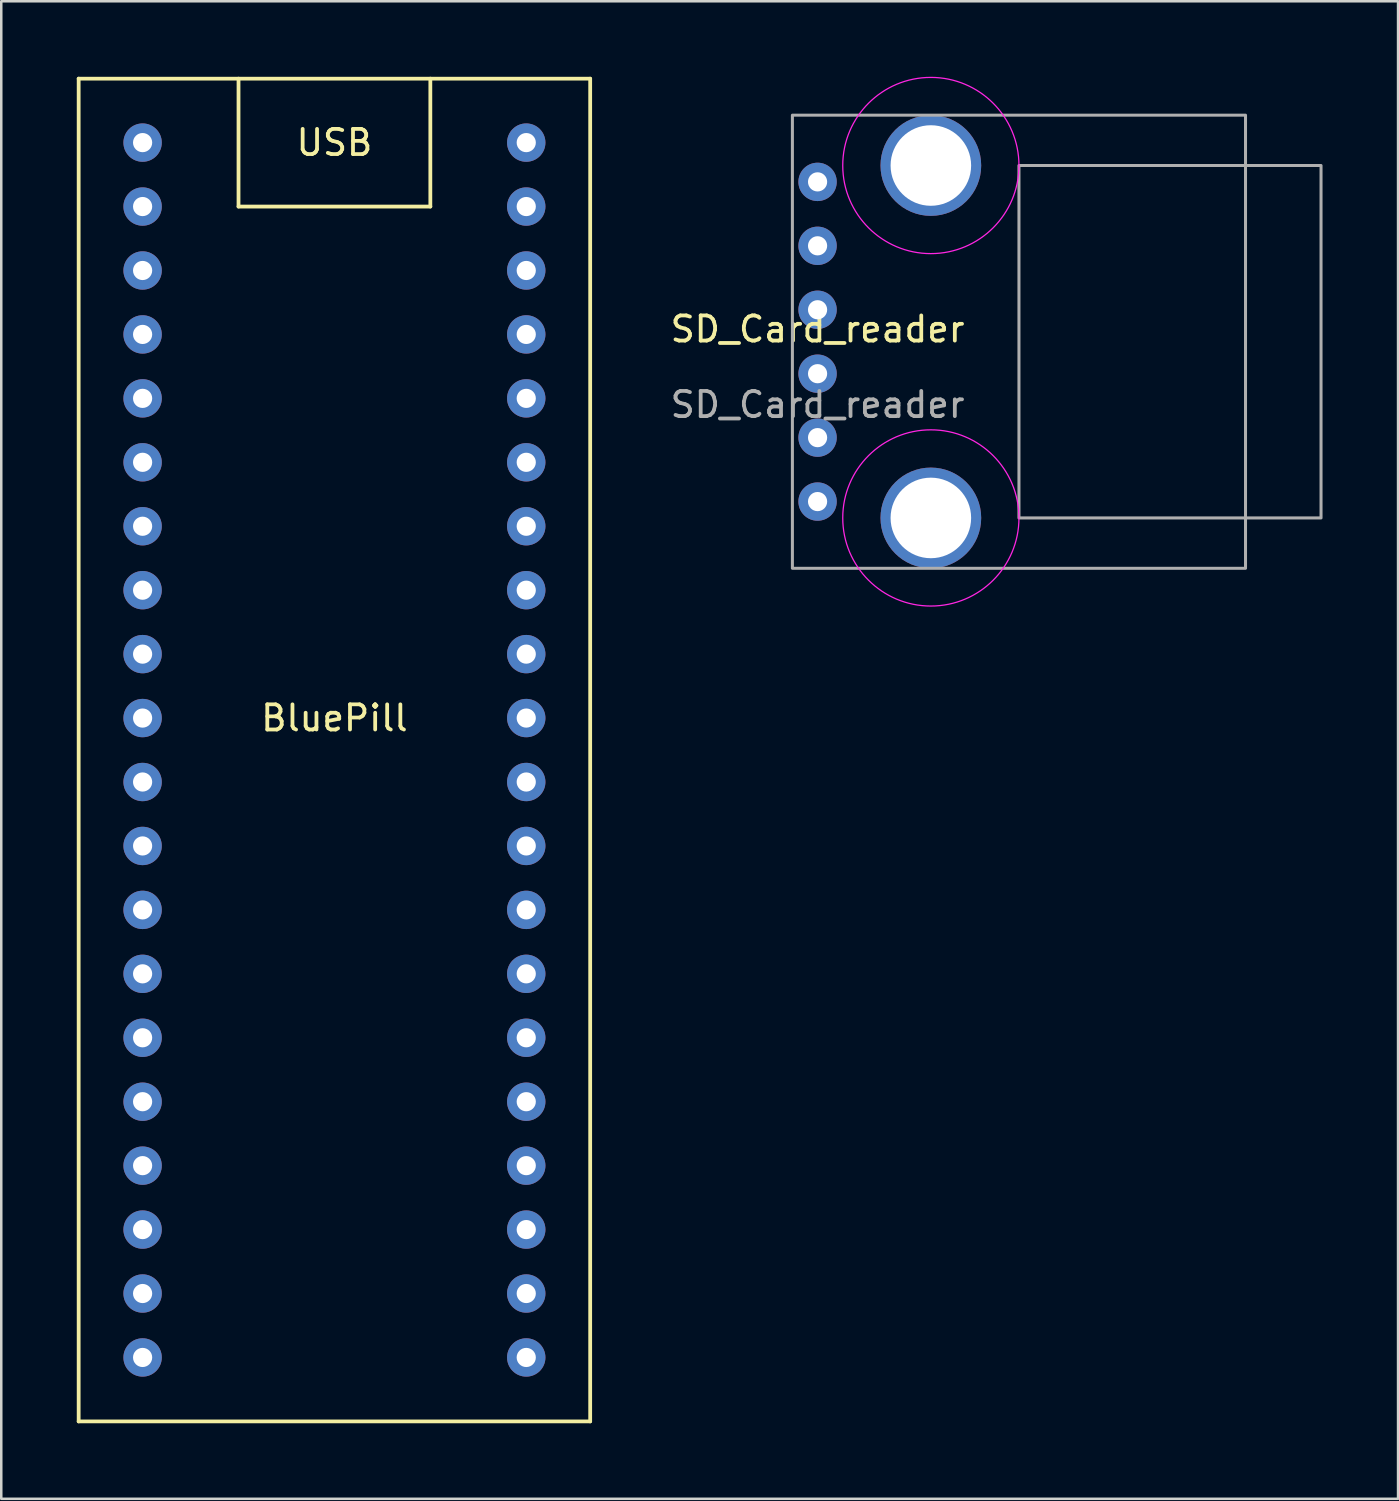
<source format=kicad_pcb>
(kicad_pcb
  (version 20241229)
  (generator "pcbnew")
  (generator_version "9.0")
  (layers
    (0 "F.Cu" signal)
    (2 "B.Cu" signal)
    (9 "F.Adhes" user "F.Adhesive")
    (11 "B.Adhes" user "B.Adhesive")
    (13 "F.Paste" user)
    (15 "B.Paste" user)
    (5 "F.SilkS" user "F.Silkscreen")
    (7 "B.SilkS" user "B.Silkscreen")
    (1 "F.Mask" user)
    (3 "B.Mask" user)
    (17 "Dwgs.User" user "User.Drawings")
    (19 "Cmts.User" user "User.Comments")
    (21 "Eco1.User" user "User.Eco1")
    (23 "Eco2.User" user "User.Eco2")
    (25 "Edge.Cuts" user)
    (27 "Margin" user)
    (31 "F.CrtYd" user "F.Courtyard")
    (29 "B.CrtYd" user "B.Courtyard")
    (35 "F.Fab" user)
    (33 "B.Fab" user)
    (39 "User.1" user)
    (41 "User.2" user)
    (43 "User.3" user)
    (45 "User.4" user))
  (footprint "BluePill"
    (layer "F.Cu")
    (at 2.615 50.875)
    (property "Reference" "BluePill" (at 7.62 -25.4 0) (layer "F.SilkS") (effects (font (size 1 1) (thickness 0.15))))
    (attr through_hole)
    (fp_line (start -2.54 -50.8) (end 17.78 -50.8) (stroke (width 0.15) (type solid)) (layer "F.SilkS"))
    (fp_line (start -2.54 2.54) (end -2.54 -50.8) (stroke (width 0.15) (type solid)) (layer "F.SilkS"))
    (fp_line (start 3.81 -50.8) (end 3.81 -45.72) (stroke (width 0.15) (type solid)) (layer "F.SilkS"))
    (fp_line (start 3.81 -45.72) (end 11.43 -45.72) (stroke (width 0.15) (type solid)) (layer "F.SilkS"))
    (fp_line (start 11.43 -45.72) (end 11.43 -50.8) (stroke (width 0.15) (type solid)) (layer "F.SilkS"))
    (fp_line (start 17.78 -50.8) (end 17.78 2.54) (stroke (width 0.15) (type solid)) (layer "F.SilkS"))
    (fp_line (start 17.78 2.54) (end -2.54 2.54) (stroke (width 0.15) (type solid)) (layer "F.SilkS"))
    (fp_text user "USB" (at 7.62 -48.26 0) (layer "F.SilkS") (effects (font (size 1 1) (thickness 0.15))))
    (pad "3V3" thru_hole circle (at 0 0 90) (size 1.524 1.524) (drill 0.762) (layers "*.Cu" "*.Mask"))
    (pad "3V3" thru_hole circle (at 15.24 -43.18 90) (size 1.524 1.524) (drill 0.762) (layers "*.Cu" "*.Mask"))
    (pad "5V" thru_hole circle (at 0 -5.08 90) (size 1.524 1.524) (drill 0.762) (layers "*.Cu" "*.Mask"))
    (pad "GND" thru_hole circle (at 0 -2.54 90) (size 1.524 1.524) (drill 0.762) (layers "*.Cu" "*.Mask"))
    (pad "GND" thru_hole circle (at 15.24 -48.26 90) (size 1.524 1.524) (drill 0.762) (layers "*.Cu" "*.Mask"))
    (pad "GND" thru_hole circle (at 15.24 -45.72 90) (size 1.524 1.524) (drill 0.762) (layers "*.Cu" "*.Mask"))
    (pad "NRST" thru_hole circle (at 15.24 -40.64 90) (size 1.524 1.524) (drill 0.762) (layers "*.Cu" "*.Mask"))
    (pad "PA0" thru_hole circle (at 15.24 -10.16 90) (size 1.524 1.524) (drill 0.762) (layers "*.Cu" "*.Mask"))
    (pad "PA1" thru_hole circle (at 15.24 -12.7 90) (size 1.524 1.524) (drill 0.762) (layers "*.Cu" "*.Mask"))
    (pad "PA2" thru_hole circle (at 15.24 -15.24 90) (size 1.524 1.524) (drill 0.762) (layers "*.Cu" "*.Mask"))
    (pad "PA3" thru_hole circle (at 15.24 -17.78 90) (size 1.524 1.524) (drill 0.762) (layers "*.Cu" "*.Mask"))
    (pad "PA4" thru_hole circle (at 15.24 -20.32 90) (size 1.524 1.524) (drill 0.762) (layers "*.Cu" "*.Mask"))
    (pad "PA5" thru_hole circle (at 15.24 -22.86 90) (size 1.524 1.524) (drill 0.762) (layers "*.Cu" "*.Mask"))
    (pad "PA6" thru_hole circle (at 15.24 -25.4 90) (size 1.524 1.524) (drill 0.762) (layers "*.Cu" "*.Mask"))
    (pad "PA7" thru_hole circle (at 15.24 -27.94 90) (size 1.524 1.524) (drill 0.762) (layers "*.Cu" "*.Mask"))
    (pad "PA8" thru_hole circle (at 0 -38.1 90) (size 1.524 1.524) (drill 0.762) (layers "*.Cu" "*.Mask"))
    (pad "PA9" thru_hole circle (at 0 -35.56 90) (size 1.524 1.524) (drill 0.762) (layers "*.Cu" "*.Mask"))
    (pad "PA10" thru_hole circle (at 0 -33.02 90) (size 1.524 1.524) (drill 0.762) (layers "*.Cu" "*.Mask"))
    (pad "PA11" thru_hole circle (at 0 -30.48 90) (size 1.524 1.524) (drill 0.762) (layers "*.Cu" "*.Mask"))
    (pad "PA12" thru_hole circle (at 0 -27.94 90) (size 1.524 1.524) (drill 0.762) (layers "*.Cu" "*.Mask"))
    (pad "PA15" thru_hole circle (at 0 -25.4 90) (size 1.524 1.524) (drill 0.762) (layers "*.Cu" "*.Mask"))
    (pad "PB0" thru_hole circle (at 15.24 -30.48 90) (size 1.524 1.524) (drill 0.762) (layers "*.Cu" "*.Mask"))
    (pad "PB1" thru_hole circle (at 15.24 -33.02 90) (size 1.524 1.524) (drill 0.762) (layers "*.Cu" "*.Mask"))
    (pad "PB3" thru_hole circle (at 0 -22.86 90) (size 1.524 1.524) (drill 0.762) (layers "*.Cu" "*.Mask"))
    (pad "PB4" thru_hole circle (at 0 -20.32 90) (size 1.524 1.524) (drill 0.762) (layers "*.Cu" "*.Mask"))
    (pad "PB5" thru_hole circle (at 0 -17.78 90) (size 1.524 1.524) (drill 0.762) (layers "*.Cu" "*.Mask"))
    (pad "PB6" thru_hole circle (at 0 -15.24 90) (size 1.524 1.524) (drill 0.762) (layers "*.Cu" "*.Mask"))
    (pad "PB7" thru_hole circle (at 0 -12.7 90) (size 1.524 1.524) (drill 0.762) (layers "*.Cu" "*.Mask"))
    (pad "PB8" thru_hole circle (at 0 -10.16 90) (size 1.524 1.524) (drill 0.762) (layers "*.Cu" "*.Mask"))
    (pad "PB9" thru_hole circle (at 0 -7.62 90) (size 1.524 1.524) (drill 0.762) (layers "*.Cu" "*.Mask"))
    (pad "PB10" thru_hole circle (at 15.24 -35.56 90) (size 1.524 1.524) (drill 0.762) (layers "*.Cu" "*.Mask"))
    (pad "PB11" thru_hole circle (at 15.24 -38.1 90) (size 1.524 1.524) (drill 0.762) (layers "*.Cu" "*.Mask"))
    (pad "PB12" thru_hole circle (at 0 -48.26 90) (size 1.524 1.524) (drill 0.762) (layers "*.Cu" "*.Mask"))
    (pad "PB13" thru_hole circle (at 0 -45.72 90) (size 1.524 1.524) (drill 0.762) (layers "*.Cu" "*.Mask"))
    (pad "PB14" thru_hole circle (at 0 -43.18 90) (size 1.524 1.524) (drill 0.762) (layers "*.Cu" "*.Mask"))
    (pad "PB15" thru_hole circle (at 0 -40.64 90) (size 1.524 1.524) (drill 0.762) (layers "*.Cu" "*.Mask"))
    (pad "PC13" thru_hole circle (at 15.24 -2.54 90) (size 1.524 1.524) (drill 0.762) (layers "*.Cu" "*.Mask"))
    (pad "PC14" thru_hole circle (at 15.24 -5.08 90) (size 1.524 1.524) (drill 0.762) (layers "*.Cu" "*.Mask"))
    (pad "PC15" thru_hole circle (at 15.24 -7.62 90) (size 1.524 1.524) (drill 0.762) (layers "*.Cu" "*.Mask"))
    (pad "VBAT" thru_hole circle (at 15.24 0 90) (size 1.524 1.524) (drill 0.762) (layers "*.Cu" "*.Mask")))
  (footprint "SD_Card_reader"
    (layer "F.Cu")
    (at 29.428 10.525)
    (property "Reference" "SD_Card_reader" (at 0 -0.5 0) (unlocked yes) (layer "F.SilkS") (effects (font (size 1 1) (thickness 0.15))))
    (attr through_hole)
    (fp_circle (center 4.5 -7) (end 8 -7) (stroke (width 0.05) (type solid)) (fill no) (layer "F.CrtYd"))
    (fp_circle (center 4.5 7) (end 8 7) (stroke (width 0.05) (type solid)) (fill no) (layer "F.CrtYd"))
    (fp_rect (start -1 -9) (end 17 9) (stroke (width 0.12) (type solid)) (fill no) (layer "F.Fab"))
    (fp_rect (start 8 -7) (end 20 7) (stroke (width 0.12) (type solid)) (fill no) (layer "F.Fab"))
    (fp_text user "${REFERENCE}" (at 0 2.5 0) (unlocked yes) (layer "F.Fab") (effects (font (size 1 1) (thickness 0.15))))
    (pad "" thru_hole circle (at 4.5 -7) (size 4 4) (drill 3.2) (layers "*.Cu" "*.Mask"))
    (pad "" thru_hole circle (at 4.5 7) (size 4 4) (drill 3.2) (layers "*.Cu" "*.Mask"))
    (pad "1" thru_hole circle (at 0 -6.35) (size 1.524 1.524) (drill 0.762) (layers "*.Cu" "*.Mask"))
    (pad "2" thru_hole circle (at 0 -3.81) (size 1.524 1.524) (drill 0.762) (layers "*.Cu" "*.Mask"))
    (pad "3" thru_hole circle (at 0 -1.27) (size 1.524 1.524) (drill 0.762) (layers "*.Cu" "*.Mask"))
    (pad "4" thru_hole circle (at 0 1.27) (size 1.524 1.524) (drill 0.762) (layers "*.Cu" "*.Mask"))
    (pad "5" thru_hole circle (at 0 3.81) (size 1.524 1.524) (drill 0.762) (layers "*.Cu" "*.Mask"))
    (pad "6" thru_hole circle (at 0 6.35) (size 1.524 1.524) (drill 0.762) (layers "*.Cu" "*.Mask")))
  (gr_rect
    (start -3 -3)
    (end 52.488 56.49)
    (stroke (width 0.1) (type default))
    (fill no)
    (layer "Edge.Cuts")))
</source>
